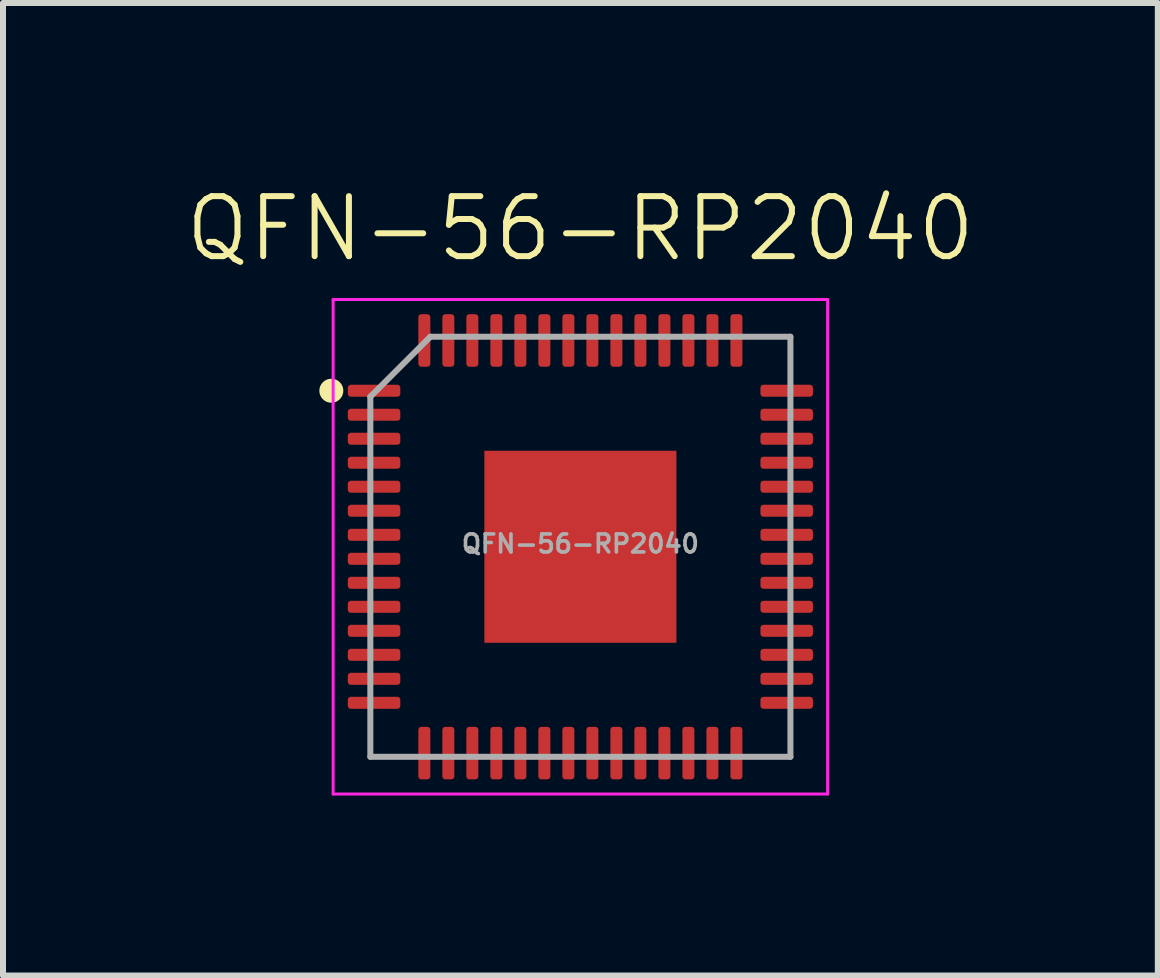
<source format=kicad_pcb>
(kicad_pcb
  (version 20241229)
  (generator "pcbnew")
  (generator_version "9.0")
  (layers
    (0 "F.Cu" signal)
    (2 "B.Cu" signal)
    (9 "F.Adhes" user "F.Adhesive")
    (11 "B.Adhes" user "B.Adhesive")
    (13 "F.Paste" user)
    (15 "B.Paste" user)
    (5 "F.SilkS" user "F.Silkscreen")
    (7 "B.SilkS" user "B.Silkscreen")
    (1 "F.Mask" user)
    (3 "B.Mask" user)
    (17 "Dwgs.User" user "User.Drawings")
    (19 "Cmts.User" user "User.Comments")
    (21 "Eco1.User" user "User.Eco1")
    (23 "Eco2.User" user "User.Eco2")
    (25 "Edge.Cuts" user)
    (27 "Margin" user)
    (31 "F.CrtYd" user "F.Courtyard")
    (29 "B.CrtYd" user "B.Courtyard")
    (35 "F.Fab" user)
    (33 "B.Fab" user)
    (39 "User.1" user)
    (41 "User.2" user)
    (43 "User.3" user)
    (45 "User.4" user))
  (footprint "QFN-56-RP2040"
    (layer "F.Cu")
    (at 6.621 6.061)
    (property "Reference" "QFN-56-RP2040" (at 0 -5.3 0) (unlocked yes) (layer "F.SilkS") (effects (font (size 1 1) (thickness 0.1))))
    (attr smd)
    (fp_circle (center -4.15 -2.6) (end -4 -2.6) (stroke (width 0.1) (type solid)) (fill yes) (layer "F.SilkS"))
    (fp_line (start -4.12 -4.12) (end -4.12 4.12) (stroke (width 0.05) (type solid)) (layer "F.CrtYd"))
    (fp_line (start -4.12 4.12) (end 4.12 4.12) (stroke (width 0.05) (type solid)) (layer "F.CrtYd"))
    (fp_line (start 4.12 -4.12) (end -4.12 -4.12) (stroke (width 0.05) (type solid)) (layer "F.CrtYd"))
    (fp_line (start 4.12 4.12) (end 4.12 -4.12) (stroke (width 0.05) (type solid)) (layer "F.CrtYd"))
    (fp_line (start -3.5 -2.5) (end -2.5 -3.5) (stroke (width 0.1) (type solid)) (layer "F.Fab"))
    (fp_line (start -3.5 3.5) (end -3.5 -2.5) (stroke (width 0.1) (type solid)) (layer "F.Fab"))
    (fp_line (start -2.5 -3.5) (end 3.5 -3.5) (stroke (width 0.1) (type solid)) (layer "F.Fab"))
    (fp_line (start 3.5 -3.5) (end 3.5 3.5) (stroke (width 0.1) (type solid)) (layer "F.Fab"))
    (fp_line (start 3.5 3.5) (end -3.5 3.5) (stroke (width 0.1) (type solid)) (layer "F.Fab"))
    (fp_text user "${REFERENCE}" (at 0 -0.05 0) (layer "F.Fab") (effects (font (size 0.3 0.3) (thickness 0.06))))
    (pad "" smd roundrect (at -0.7 -0.7) (size 1.13 1.13) (layers "F.Paste") (roundrect_rratio 0.221))
    (pad "" smd roundrect (at -0.7 0.7) (size 1.13 1.13) (layers "F.Paste") (roundrect_rratio 0.221))
    (pad "" smd roundrect (at 0.7 -0.7) (size 1.13 1.13) (layers "F.Paste") (roundrect_rratio 0.221))
    (pad "" smd roundrect (at 0.7 0.7) (size 1.13 1.13) (layers "F.Paste") (roundrect_rratio 0.221))
    (pad "1" smd roundrect (at -3.438 -2.6) (size 0.875 0.2) (layers "F.Cu" "F.Mask" "F.Paste") (roundrect_rratio 0.25))
    (pad "2" smd roundrect (at -3.438 -2.2) (size 0.875 0.2) (layers "F.Cu" "F.Mask" "F.Paste") (roundrect_rratio 0.25))
    (pad "3" smd roundrect (at -3.438 -1.8) (size 0.875 0.2) (layers "F.Cu" "F.Mask" "F.Paste") (roundrect_rratio 0.25))
    (pad "4" smd roundrect (at -3.438 -1.4) (size 0.875 0.2) (layers "F.Cu" "F.Mask" "F.Paste") (roundrect_rratio 0.25))
    (pad "5" smd roundrect (at -3.438 -1) (size 0.875 0.2) (layers "F.Cu" "F.Mask" "F.Paste") (roundrect_rratio 0.25))
    (pad "6" smd roundrect (at -3.438 -0.6) (size 0.875 0.2) (layers "F.Cu" "F.Mask" "F.Paste") (roundrect_rratio 0.25))
    (pad "7" smd roundrect (at -3.438 -0.2) (size 0.875 0.2) (layers "F.Cu" "F.Mask" "F.Paste") (roundrect_rratio 0.25))
    (pad "8" smd roundrect (at -3.438 0.2) (size 0.875 0.2) (layers "F.Cu" "F.Mask" "F.Paste") (roundrect_rratio 0.25))
    (pad "9" smd roundrect (at -3.438 0.6) (size 0.875 0.2) (layers "F.Cu" "F.Mask" "F.Paste") (roundrect_rratio 0.25))
    (pad "10" smd roundrect (at -3.438 1) (size 0.875 0.2) (layers "F.Cu" "F.Mask" "F.Paste") (roundrect_rratio 0.25))
    (pad "11" smd roundrect (at -3.438 1.4) (size 0.875 0.2) (layers "F.Cu" "F.Mask" "F.Paste") (roundrect_rratio 0.25))
    (pad "12" smd roundrect (at -3.438 1.8) (size 0.875 0.2) (layers "F.Cu" "F.Mask" "F.Paste") (roundrect_rratio 0.25))
    (pad "13" smd roundrect (at -3.438 2.2) (size 0.875 0.2) (layers "F.Cu" "F.Mask" "F.Paste") (roundrect_rratio 0.25))
    (pad "14" smd roundrect (at -3.438 2.6) (size 0.875 0.2) (layers "F.Cu" "F.Mask" "F.Paste") (roundrect_rratio 0.25))
    (pad "15" smd roundrect (at -2.6 3.438) (size 0.2 0.875) (layers "F.Cu" "F.Mask" "F.Paste") (roundrect_rratio 0.25))
    (pad "16" smd roundrect (at -2.2 3.438) (size 0.2 0.875) (layers "F.Cu" "F.Mask" "F.Paste") (roundrect_rratio 0.25))
    (pad "17" smd roundrect (at -1.8 3.438) (size 0.2 0.875) (layers "F.Cu" "F.Mask" "F.Paste") (roundrect_rratio 0.25))
    (pad "18" smd roundrect (at -1.4 3.438) (size 0.2 0.875) (layers "F.Cu" "F.Mask" "F.Paste") (roundrect_rratio 0.25))
    (pad "19" smd roundrect (at -1 3.438) (size 0.2 0.875) (layers "F.Cu" "F.Mask" "F.Paste") (roundrect_rratio 0.25))
    (pad "20" smd roundrect (at -0.6 3.438) (size 0.2 0.875) (layers "F.Cu" "F.Mask" "F.Paste") (roundrect_rratio 0.25))
    (pad "21" smd roundrect (at -0.2 3.438) (size 0.2 0.875) (layers "F.Cu" "F.Mask" "F.Paste") (roundrect_rratio 0.25))
    (pad "22" smd roundrect (at 0.2 3.438) (size 0.2 0.875) (layers "F.Cu" "F.Mask" "F.Paste") (roundrect_rratio 0.25))
    (pad "23" smd roundrect (at 0.6 3.438) (size 0.2 0.875) (layers "F.Cu" "F.Mask" "F.Paste") (roundrect_rratio 0.25))
    (pad "24" smd roundrect (at 1 3.438) (size 0.2 0.875) (layers "F.Cu" "F.Mask" "F.Paste") (roundrect_rratio 0.25))
    (pad "25" smd roundrect (at 1.4 3.438) (size 0.2 0.875) (layers "F.Cu" "F.Mask" "F.Paste") (roundrect_rratio 0.25))
    (pad "26" smd roundrect (at 1.8 3.438) (size 0.2 0.875) (layers "F.Cu" "F.Mask" "F.Paste") (roundrect_rratio 0.25))
    (pad "27" smd roundrect (at 2.2 3.438) (size 0.2 0.875) (layers "F.Cu" "F.Mask" "F.Paste") (roundrect_rratio 0.25))
    (pad "28" smd roundrect (at 2.6 3.438) (size 0.2 0.875) (layers "F.Cu" "F.Mask" "F.Paste") (roundrect_rratio 0.25))
    (pad "29" smd roundrect (at 3.438 2.6) (size 0.875 0.2) (layers "F.Cu" "F.Mask" "F.Paste") (roundrect_rratio 0.25))
    (pad "30" smd roundrect (at 3.438 2.2) (size 0.875 0.2) (layers "F.Cu" "F.Mask" "F.Paste") (roundrect_rratio 0.25))
    (pad "31" smd roundrect (at 3.438 1.8) (size 0.875 0.2) (layers "F.Cu" "F.Mask" "F.Paste") (roundrect_rratio 0.25))
    (pad "32" smd roundrect (at 3.438 1.4) (size 0.875 0.2) (layers "F.Cu" "F.Mask" "F.Paste") (roundrect_rratio 0.25))
    (pad "33" smd roundrect (at 3.438 1) (size 0.875 0.2) (layers "F.Cu" "F.Mask" "F.Paste") (roundrect_rratio 0.25))
    (pad "34" smd roundrect (at 3.438 0.6) (size 0.875 0.2) (layers "F.Cu" "F.Mask" "F.Paste") (roundrect_rratio 0.25))
    (pad "35" smd roundrect (at 3.438 0.2) (size 0.875 0.2) (layers "F.Cu" "F.Mask" "F.Paste") (roundrect_rratio 0.25))
    (pad "36" smd roundrect (at 3.438 -0.2) (size 0.875 0.2) (layers "F.Cu" "F.Mask" "F.Paste") (roundrect_rratio 0.25))
    (pad "37" smd roundrect (at 3.438 -0.6) (size 0.875 0.2) (layers "F.Cu" "F.Mask" "F.Paste") (roundrect_rratio 0.25))
    (pad "38" smd roundrect (at 3.438 -1) (size 0.875 0.2) (layers "F.Cu" "F.Mask" "F.Paste") (roundrect_rratio 0.25))
    (pad "39" smd roundrect (at 3.438 -1.4) (size 0.875 0.2) (layers "F.Cu" "F.Mask" "F.Paste") (roundrect_rratio 0.25))
    (pad "40" smd roundrect (at 3.438 -1.8) (size 0.875 0.2) (layers "F.Cu" "F.Mask" "F.Paste") (roundrect_rratio 0.25))
    (pad "41" smd roundrect (at 3.438 -2.2) (size 0.875 0.2) (layers "F.Cu" "F.Mask" "F.Paste") (roundrect_rratio 0.25))
    (pad "42" smd roundrect (at 3.438 -2.6) (size 0.875 0.2) (layers "F.Cu" "F.Mask" "F.Paste") (roundrect_rratio 0.25))
    (pad "43" smd roundrect (at 2.6 -3.438) (size 0.2 0.875) (layers "F.Cu" "F.Mask" "F.Paste") (roundrect_rratio 0.25))
    (pad "44" smd roundrect (at 2.2 -3.438) (size 0.2 0.875) (layers "F.Cu" "F.Mask" "F.Paste") (roundrect_rratio 0.25))
    (pad "45" smd roundrect (at 1.8 -3.438) (size 0.2 0.875) (layers "F.Cu" "F.Mask" "F.Paste") (roundrect_rratio 0.25))
    (pad "46" smd roundrect (at 1.4 -3.438) (size 0.2 0.875) (layers "F.Cu" "F.Mask" "F.Paste") (roundrect_rratio 0.25))
    (pad "47" smd roundrect (at 1 -3.438) (size 0.2 0.875) (layers "F.Cu" "F.Mask" "F.Paste") (roundrect_rratio 0.25))
    (pad "48" smd roundrect (at 0.6 -3.438) (size 0.2 0.875) (layers "F.Cu" "F.Mask" "F.Paste") (roundrect_rratio 0.25))
    (pad "49" smd roundrect (at 0.2 -3.438) (size 0.2 0.875) (layers "F.Cu" "F.Mask" "F.Paste") (roundrect_rratio 0.25))
    (pad "50" smd roundrect (at -0.2 -3.438) (size 0.2 0.875) (layers "F.Cu" "F.Mask" "F.Paste") (roundrect_rratio 0.25))
    (pad "51" smd roundrect (at -0.6 -3.438) (size 0.2 0.875) (layers "F.Cu" "F.Mask" "F.Paste") (roundrect_rratio 0.25))
    (pad "52" smd roundrect (at -1 -3.438) (size 0.2 0.875) (layers "F.Cu" "F.Mask" "F.Paste") (roundrect_rratio 0.25))
    (pad "53" smd roundrect (at -1.4 -3.438) (size 0.2 0.875) (layers "F.Cu" "F.Mask" "F.Paste") (roundrect_rratio 0.25))
    (pad "54" smd roundrect (at -1.8 -3.438) (size 0.2 0.875) (layers "F.Cu" "F.Mask" "F.Paste") (roundrect_rratio 0.25))
    (pad "55" smd roundrect (at -2.2 -3.438) (size 0.2 0.875) (layers "F.Cu" "F.Mask" "F.Paste") (roundrect_rratio 0.25))
    (pad "56" smd roundrect (at -2.6 -3.438) (size 0.2 0.875) (layers "F.Cu" "F.Mask" "F.Paste") (roundrect_rratio 0.25))
    (pad "57" smd rect (at 0 0) (size 3.2 3.2) (layers "F.Cu" "F.Mask")))
  (gr_rect
    (start -3 -3)
    (end 16.243 13.206)
    (stroke (width 0.1) (type default))
    (fill no)
    (layer "Edge.Cuts")))
</source>
